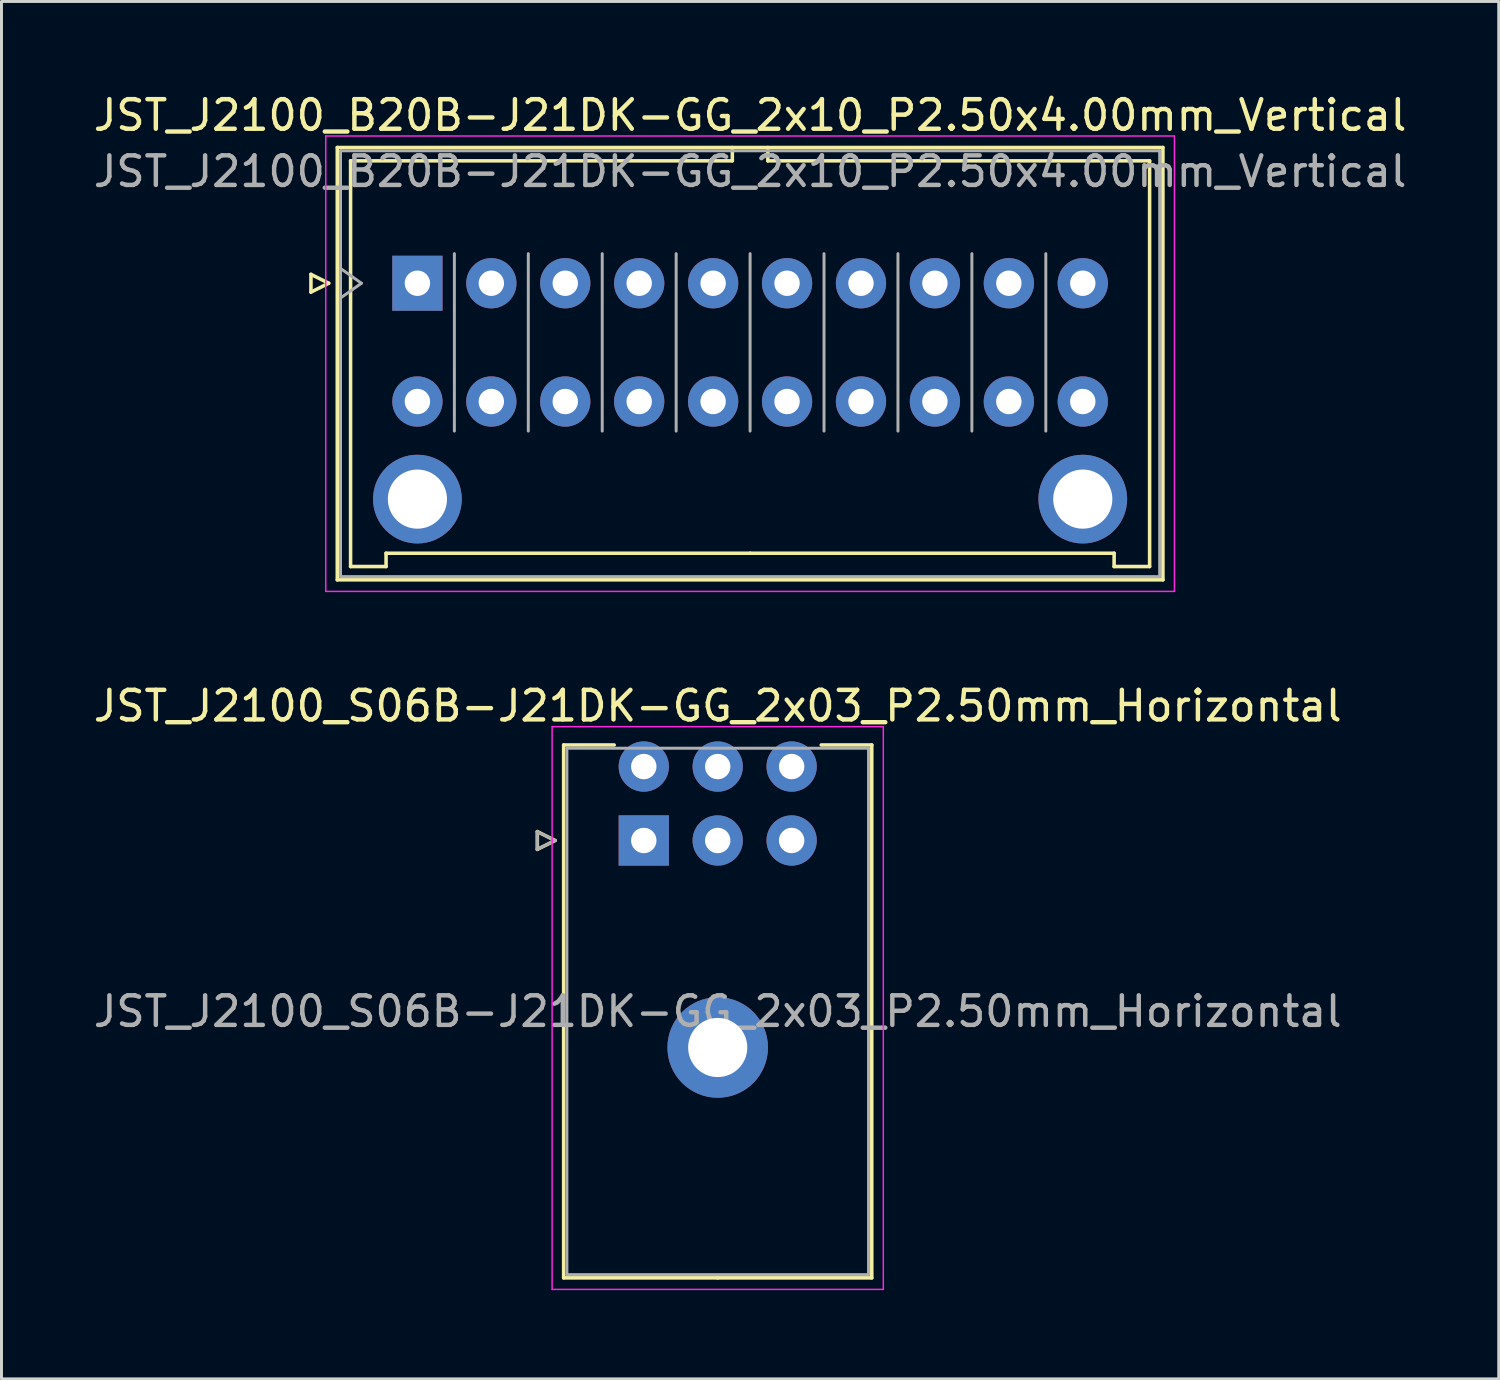
<source format=kicad_pcb>
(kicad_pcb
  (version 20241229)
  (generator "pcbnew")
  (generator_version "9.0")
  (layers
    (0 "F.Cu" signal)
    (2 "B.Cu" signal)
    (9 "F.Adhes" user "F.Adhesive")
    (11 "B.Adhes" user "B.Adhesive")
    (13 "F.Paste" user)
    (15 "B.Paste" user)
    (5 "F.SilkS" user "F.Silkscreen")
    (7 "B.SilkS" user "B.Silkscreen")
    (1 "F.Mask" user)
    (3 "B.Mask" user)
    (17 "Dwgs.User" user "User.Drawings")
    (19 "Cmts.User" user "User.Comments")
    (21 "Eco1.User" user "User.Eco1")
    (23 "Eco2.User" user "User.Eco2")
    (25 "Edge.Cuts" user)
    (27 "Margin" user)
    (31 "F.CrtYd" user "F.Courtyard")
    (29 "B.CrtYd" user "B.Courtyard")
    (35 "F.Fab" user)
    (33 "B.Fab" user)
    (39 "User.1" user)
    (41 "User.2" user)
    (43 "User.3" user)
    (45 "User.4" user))
  (footprint "JST_J2100_B20B-J21DK-GG_2x10_P2.50x4.00mm_Vertical"
    (layer "F.Cu")
    (at 11.065 6.528)
    (property "Reference" "JST_J2100_B20B-J21DK-GG_2x10_P2.50x4.00mm_Vertical" (at 11.25 -5.68 0) (layer "F.SilkS") (effects (font (size 1 1) (thickness 0.15))))
    (attr through_hole)
    (fp_line (start -3.6 -0.3) (end -3 0) (stroke (width 0.12) (type solid)) (layer "F.SilkS"))
    (fp_line (start -3.6 0.3) (end -3.6 -0.3) (stroke (width 0.12) (type solid)) (layer "F.SilkS"))
    (fp_line (start -3 0) (end -3.6 0.3) (stroke (width 0.12) (type solid)) (layer "F.SilkS"))
    (fp_line (start -2.71 -4.59) (end -2.71 10.03) (stroke (width 0.12) (type solid)) (layer "F.SilkS"))
    (fp_line (start -2.71 10.03) (end 25.21 10.03) (stroke (width 0.12) (type solid)) (layer "F.SilkS"))
    (fp_line (start -2.26 -4.14) (end -2.26 9.58) (stroke (width 0.12) (type solid)) (layer "F.SilkS"))
    (fp_line (start -2.26 9.58) (end -1.06 9.58) (stroke (width 0.12) (type solid)) (layer "F.SilkS"))
    (fp_line (start -1.06 9.13) (end 11.25 9.13) (stroke (width 0.12) (type solid)) (layer "F.SilkS"))
    (fp_line (start -1.06 9.58) (end -1.06 9.13) (stroke (width 0.12) (type solid)) (layer "F.SilkS"))
    (fp_line (start 10.65 -4.59) (end 10.65 -4.14) (stroke (width 0.12) (type solid)) (layer "F.SilkS"))
    (fp_line (start 10.65 -4.14) (end -2.26 -4.14) (stroke (width 0.12) (type solid)) (layer "F.SilkS"))
    (fp_line (start 11.85 -4.59) (end 11.85 -4.14) (stroke (width 0.12) (type solid)) (layer "F.SilkS"))
    (fp_line (start 11.85 -4.14) (end 24.76 -4.14) (stroke (width 0.12) (type solid)) (layer "F.SilkS"))
    (fp_line (start 23.56 9.13) (end 11.25 9.13) (stroke (width 0.12) (type solid)) (layer "F.SilkS"))
    (fp_line (start 23.56 9.58) (end 23.56 9.13) (stroke (width 0.12) (type solid)) (layer "F.SilkS"))
    (fp_line (start 24.76 -4.14) (end 24.76 9.58) (stroke (width 0.12) (type solid)) (layer "F.SilkS"))
    (fp_line (start 24.76 9.58) (end 23.56 9.58) (stroke (width 0.12) (type solid)) (layer "F.SilkS"))
    (fp_line (start 25.21 -4.59) (end -2.71 -4.59) (stroke (width 0.12) (type solid)) (layer "F.SilkS"))
    (fp_line (start 25.21 10.03) (end 25.21 -4.59) (stroke (width 0.12) (type solid)) (layer "F.SilkS"))
    (fp_line (start -3.1 -4.98) (end -3.1 10.42) (stroke (width 0.05) (type solid)) (layer "F.CrtYd"))
    (fp_line (start -3.1 10.42) (end 25.6 10.42) (stroke (width 0.05) (type solid)) (layer "F.CrtYd"))
    (fp_line (start 25.6 -4.98) (end -3.1 -4.98) (stroke (width 0.05) (type solid)) (layer "F.CrtYd"))
    (fp_line (start 25.6 10.42) (end 25.6 -4.98) (stroke (width 0.05) (type solid)) (layer "F.CrtYd"))
    (fp_line (start -2.6 -4.48) (end -2.6 9.92) (stroke (width 0.1) (type solid)) (layer "F.Fab"))
    (fp_line (start -2.6 0.5) (end -1.893 0) (stroke (width 0.1) (type solid)) (layer "F.Fab"))
    (fp_line (start -2.6 9.92) (end 25.1 9.92) (stroke (width 0.1) (type solid)) (layer "F.Fab"))
    (fp_line (start -1.893 0) (end -2.6 -0.5) (stroke (width 0.1) (type solid)) (layer "F.Fab"))
    (fp_line (start 1.25 5) (end 1.25 -1) (stroke (width 0.1) (type solid)) (layer "F.Fab"))
    (fp_line (start 3.75 5) (end 3.75 -1) (stroke (width 0.1) (type solid)) (layer "F.Fab"))
    (fp_line (start 6.25 5) (end 6.25 -1) (stroke (width 0.1) (type solid)) (layer "F.Fab"))
    (fp_line (start 8.75 5) (end 8.75 -1) (stroke (width 0.1) (type solid)) (layer "F.Fab"))
    (fp_line (start 11.25 5) (end 11.25 -1) (stroke (width 0.1) (type solid)) (layer "F.Fab"))
    (fp_line (start 13.75 5) (end 13.75 -1) (stroke (width 0.1) (type solid)) (layer "F.Fab"))
    (fp_line (start 16.25 5) (end 16.25 -1) (stroke (width 0.1) (type solid)) (layer "F.Fab"))
    (fp_line (start 18.75 5) (end 18.75 -1) (stroke (width 0.1) (type solid)) (layer "F.Fab"))
    (fp_line (start 21.25 5) (end 21.25 -1) (stroke (width 0.1) (type solid)) (layer "F.Fab"))
    (fp_line (start 25.1 -4.48) (end -2.6 -4.48) (stroke (width 0.1) (type solid)) (layer "F.Fab"))
    (fp_line (start 25.1 9.92) (end 25.1 -4.48) (stroke (width 0.1) (type solid)) (layer "F.Fab"))
    (fp_text user "${REFERENCE}" (at 11.25 -3.78 0) (layer "F.Fab") (effects (font (size 1 1) (thickness 0.15))))
    (pad "" thru_hole circle (at 0 7.3) (size 3 3) (drill 2) (layers "*.Cu" "*.Mask"))
    (pad "" thru_hole circle (at 22.5 7.3) (size 3 3) (drill 2) (layers "*.Cu" "*.Mask"))
    (pad "a1" thru_hole rect (at 0 0) (size 1.7 1.86) (drill 0.86) (layers "*.Cu" "*.Mask"))
    (pad "a2" thru_hole circle (at 2.5 0) (size 1.7 1.7) (drill 0.86) (layers "*.Cu" "*.Mask"))
    (pad "a3" thru_hole circle (at 5 0) (size 1.7 1.7) (drill 0.86) (layers "*.Cu" "*.Mask"))
    (pad "a4" thru_hole circle (at 7.5 0) (size 1.7 1.7) (drill 0.86) (layers "*.Cu" "*.Mask"))
    (pad "a5" thru_hole circle (at 10 0) (size 1.7 1.7) (drill 0.86) (layers "*.Cu" "*.Mask"))
    (pad "a6" thru_hole circle (at 12.5 0) (size 1.7 1.7) (drill 0.86) (layers "*.Cu" "*.Mask"))
    (pad "a7" thru_hole circle (at 15 0) (size 1.7 1.7) (drill 0.86) (layers "*.Cu" "*.Mask"))
    (pad "a8" thru_hole circle (at 17.5 0) (size 1.7 1.7) (drill 0.86) (layers "*.Cu" "*.Mask"))
    (pad "a9" thru_hole circle (at 20 0) (size 1.7 1.7) (drill 0.86) (layers "*.Cu" "*.Mask"))
    (pad "a10" thru_hole circle (at 22.5 0) (size 1.7 1.7) (drill 0.86) (layers "*.Cu" "*.Mask"))
    (pad "b1" thru_hole circle (at 0 4) (size 1.7 1.7) (drill 0.86) (layers "*.Cu" "*.Mask"))
    (pad "b2" thru_hole circle (at 2.5 4) (size 1.7 1.7) (drill 0.86) (layers "*.Cu" "*.Mask"))
    (pad "b3" thru_hole circle (at 5 4) (size 1.7 1.7) (drill 0.86) (layers "*.Cu" "*.Mask"))
    (pad "b4" thru_hole circle (at 7.5 4) (size 1.7 1.7) (drill 0.86) (layers "*.Cu" "*.Mask"))
    (pad "b5" thru_hole circle (at 10 4) (size 1.7 1.7) (drill 0.86) (layers "*.Cu" "*.Mask"))
    (pad "b6" thru_hole circle (at 12.5 4) (size 1.7 1.7) (drill 0.86) (layers "*.Cu" "*.Mask"))
    (pad "b7" thru_hole circle (at 15 4) (size 1.7 1.7) (drill 0.86) (layers "*.Cu" "*.Mask"))
    (pad "b8" thru_hole circle (at 17.5 4) (size 1.7 1.7) (drill 0.86) (layers "*.Cu" "*.Mask"))
    (pad "b9" thru_hole circle (at 20 4) (size 1.7 1.7) (drill 0.86) (layers "*.Cu" "*.Mask"))
    (pad "b10" thru_hole circle (at 22.5 4) (size 1.7 1.7) (drill 0.86) (layers "*.Cu" "*.Mask")))
  (footprint "JST_J2100_S06B-J21DK-GG_2x03_P2.50mm_Horizontal"
    (layer "F.Cu")
    (at 18.72 25.372)
    (property "Reference" "JST_J2100_S06B-J21DK-GG_2x03_P2.50mm_Horizontal" (at 2.5 -4.55 0) (layer "F.SilkS") (effects (font (size 1 1) (thickness 0.15))))
    (attr through_hole)
    (fp_line (start -3.6 -0.3) (end -3 0) (stroke (width 0.12) (type solid)) (layer "F.SilkS"))
    (fp_line (start -3.6 0.3) (end -3.6 -0.3) (stroke (width 0.12) (type solid)) (layer "F.SilkS"))
    (fp_line (start -3 0) (end -3.6 0.3) (stroke (width 0.12) (type solid)) (layer "F.SilkS"))
    (fp_line (start -2.71 -3.23) (end -2.71 14.79) (stroke (width 0.12) (type solid)) (layer "F.SilkS"))
    (fp_line (start -2.71 14.79) (end 2.5 14.79) (stroke (width 0.12) (type solid)) (layer "F.SilkS"))
    (fp_line (start -1 -3.23) (end -2.71 -3.23) (stroke (width 0.12) (type solid)) (layer "F.SilkS"))
    (fp_line (start 6 -3.23) (end 7.71 -3.23) (stroke (width 0.12) (type solid)) (layer "F.SilkS"))
    (fp_line (start 7.71 -3.23) (end 7.71 14.79) (stroke (width 0.12) (type solid)) (layer "F.SilkS"))
    (fp_line (start 7.71 14.79) (end 2.5 14.79) (stroke (width 0.12) (type solid)) (layer "F.SilkS"))
    (fp_line (start -3.1 -3.85) (end -3.1 15.18) (stroke (width 0.05) (type solid)) (layer "F.CrtYd"))
    (fp_line (start -3.1 15.18) (end 8.1 15.18) (stroke (width 0.05) (type solid)) (layer "F.CrtYd"))
    (fp_line (start 8.1 -3.85) (end -3.1 -3.85) (stroke (width 0.05) (type solid)) (layer "F.CrtYd"))
    (fp_line (start 8.1 15.18) (end 8.1 -3.85) (stroke (width 0.05) (type solid)) (layer "F.CrtYd"))
    (fp_line (start -3.6 -0.3) (end -3 0) (stroke (width 0.1) (type solid)) (layer "F.Fab"))
    (fp_line (start -3.6 0.3) (end -3.6 -0.3) (stroke (width 0.1) (type solid)) (layer "F.Fab"))
    (fp_line (start -3 0) (end -3.6 0.3) (stroke (width 0.1) (type solid)) (layer "F.Fab"))
    (fp_line (start -2.6 -3.12) (end -2.6 14.68) (stroke (width 0.1) (type solid)) (layer "F.Fab"))
    (fp_line (start -2.6 14.68) (end 7.6 14.68) (stroke (width 0.1) (type solid)) (layer "F.Fab"))
    (fp_line (start 7.6 -3.12) (end -2.6 -3.12) (stroke (width 0.1) (type solid)) (layer "F.Fab"))
    (fp_line (start 7.6 14.68) (end 7.6 -3.12) (stroke (width 0.1) (type solid)) (layer "F.Fab"))
    (fp_text user "${REFERENCE}" (at 2.5 5.78 0) (layer "F.Fab") (effects (font (size 1 1) (thickness 0.15))))
    (pad "" thru_hole circle (at 2.5 7) (size 3.4 3.4) (drill 2) (layers "*.Cu" "*.Mask"))
    (pad "a1" thru_hole rect (at 0 0) (size 1.7 1.7) (drill 0.86) (layers "*.Cu" "*.Mask"))
    (pad "a2" thru_hole circle (at 2.5 0) (size 1.7 1.7) (drill 0.86) (layers "*.Cu" "*.Mask"))
    (pad "a3" thru_hole circle (at 5 0) (size 1.7 1.7) (drill 0.86) (layers "*.Cu" "*.Mask"))
    (pad "b1" thru_hole circle (at 0 -2.5) (size 1.7 1.7) (drill 0.86) (layers "*.Cu" "*.Mask"))
    (pad "b2" thru_hole circle (at 2.5 -2.5) (size 1.7 1.7) (drill 0.86) (layers "*.Cu" "*.Mask"))
    (pad "b3" thru_hole circle (at 5 -2.5) (size 1.7 1.7) (drill 0.86) (layers "*.Cu" "*.Mask")))
  (gr_rect
    (start -3 -3)
    (end 47.631 43.577)
    (stroke (width 0.1) (type default))
    (fill no)
    (layer "Edge.Cuts")))
</source>
